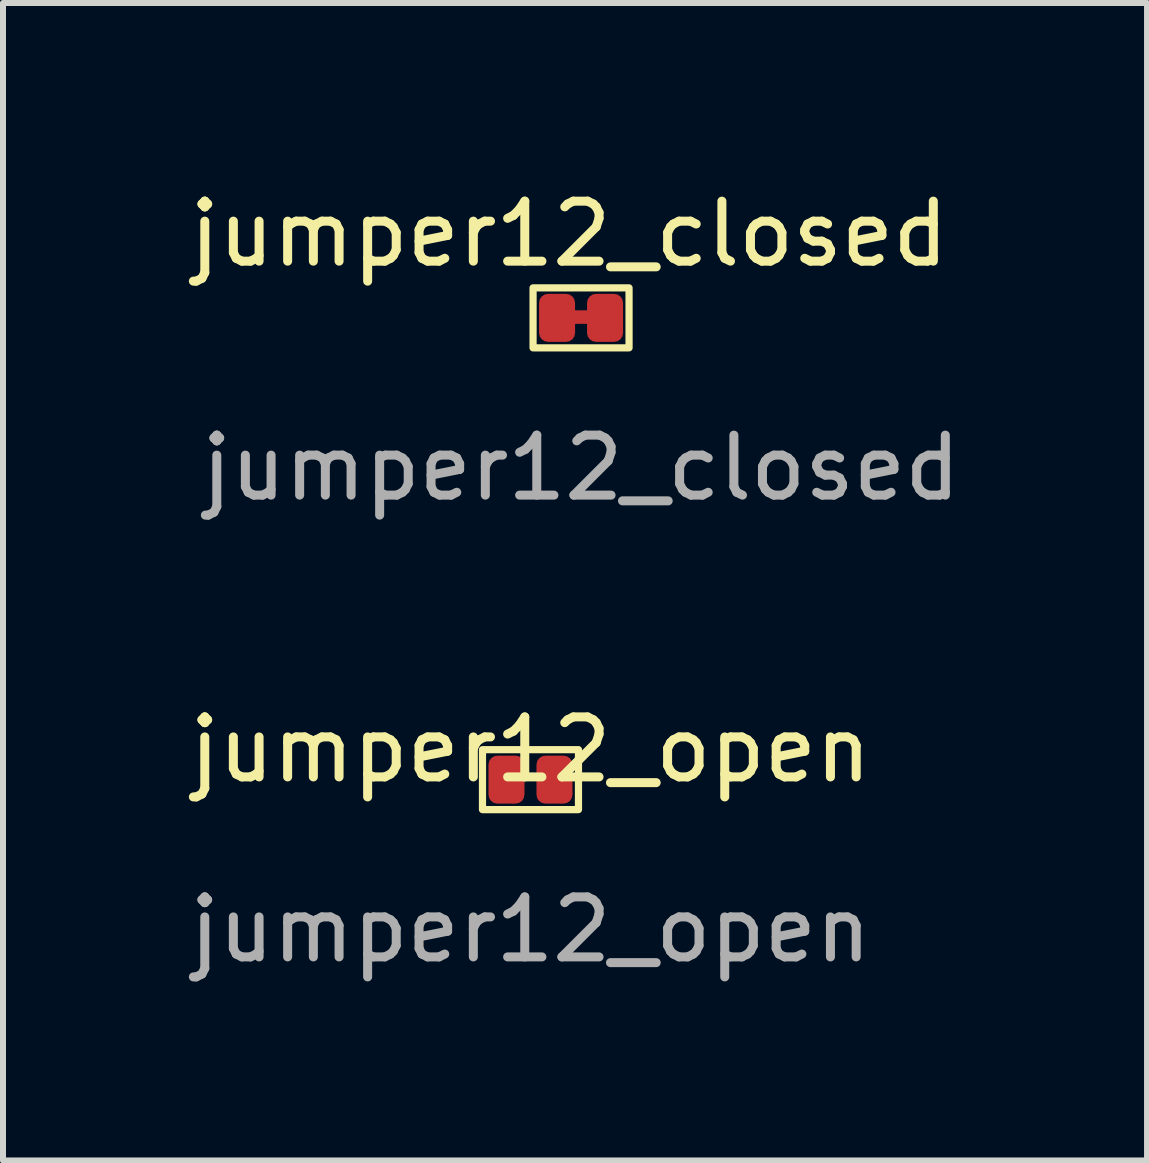
<source format=kicad_pcb>
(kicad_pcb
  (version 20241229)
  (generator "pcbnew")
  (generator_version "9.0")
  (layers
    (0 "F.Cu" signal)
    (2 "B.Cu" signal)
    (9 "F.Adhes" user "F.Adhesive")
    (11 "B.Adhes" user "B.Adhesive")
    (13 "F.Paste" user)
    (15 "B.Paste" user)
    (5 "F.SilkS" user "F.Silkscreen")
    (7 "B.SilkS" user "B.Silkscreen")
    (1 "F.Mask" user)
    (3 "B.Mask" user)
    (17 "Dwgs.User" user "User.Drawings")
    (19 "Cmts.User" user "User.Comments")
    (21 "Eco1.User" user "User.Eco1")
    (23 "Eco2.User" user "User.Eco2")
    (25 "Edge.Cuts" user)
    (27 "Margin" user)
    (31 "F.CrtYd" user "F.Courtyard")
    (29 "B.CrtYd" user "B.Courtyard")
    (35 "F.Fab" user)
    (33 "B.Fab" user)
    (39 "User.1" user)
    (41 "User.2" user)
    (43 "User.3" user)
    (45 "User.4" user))
  (footprint "jumper12_closed"
    (layer "F.Cu")
    (at 6.635 2.248)
    (property "Reference" "jumper12_closed" (at -0.2 -1.4 0) (unlocked yes) (layer "F.SilkS") (effects (font (size 1 1) (thickness 0.15))))
    (attr smd)
    (fp_rect (start -0.1 -0.025) (end 0.1 0) (stroke (width 0.2) (type default)) (fill no) (layer "F.Cu"))
    (fp_rect (start -0.8 -0.5) (end 0.8 0.5) (stroke (width 0.12) (type default)) (fill no) (layer "F.SilkS"))
    (fp_text user "${REFERENCE}" (at 0 2.5 0) (unlocked yes) (layer "F.Fab") (effects (font (size 1 1) (thickness 0.15))))
    (pad "1" smd roundrect (at -0.4 0) (size 0.6 0.8) (layers "F.Cu" "F.Mask") (roundrect_rratio 0.25))
    (pad "2" smd roundrect (at 0.4 0) (size 0.6 0.8) (layers "F.Cu" "F.Mask") (roundrect_rratio 0.25)))
  (footprint "jumper12_open"
    (layer "F.Cu")
    (at 5.792 9.945)
    (property "Reference" "jumper12_open" (at 0 -0.5 0) (unlocked yes) (layer "F.SilkS") (effects (font (size 1 1) (thickness 0.15))))
    (attr smd)
    (fp_rect (start -0.8 -0.5) (end 0.8 0.5) (stroke (width 0.12) (type default)) (fill no) (layer "F.SilkS"))
    (fp_text user "${REFERENCE}" (at 0 2.5 0) (unlocked yes) (layer "F.Fab") (effects (font (size 1 1) (thickness 0.15))))
    (pad "1" smd roundrect (at -0.4 0) (size 0.6 0.8) (layers "F.Cu" "F.Mask") (roundrect_rratio 0.25))
    (pad "2" smd roundrect (at 0.4 0) (size 0.6 0.8) (layers "F.Cu" "F.Mask") (roundrect_rratio 0.25)))
  (gr_rect
    (start -3 -3)
    (end 16.069 16.293)
    (stroke (width 0.1) (type default))
    (fill no)
    (layer "Edge.Cuts")))
</source>
